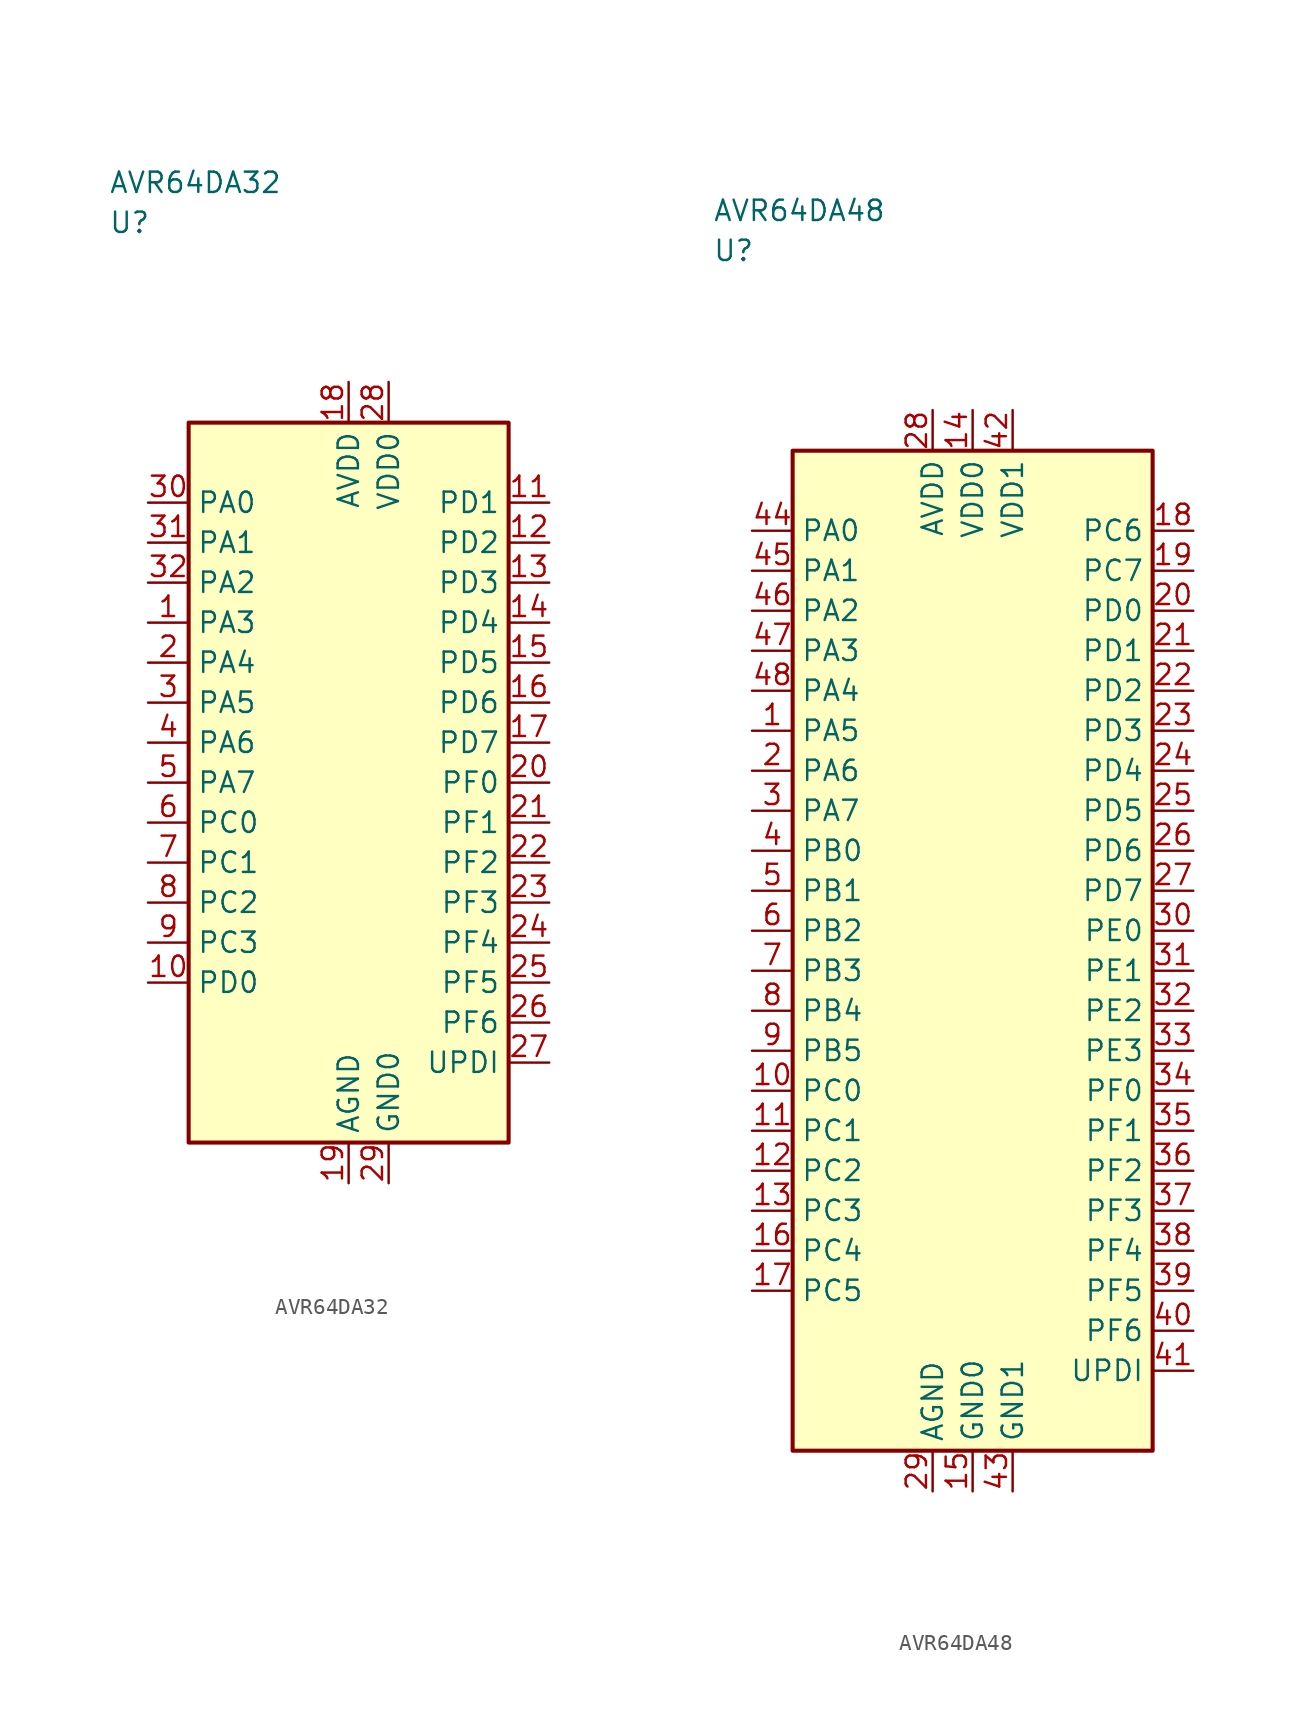
<source format=kicad_sym>
(kicad_symbol_lib
  (version 20241025)
  (generator "kicad_symbol_editor")
  (generator_version "8.0")
  (symbol "AVR64DA32"
    (property "Reference" "U"
      (at -15.0 35.0 0)
      (effects (font (size 1.27 1.27)) (justify left)))
    (property "Value" "AVR64DA32"
      (at -15.0 37.5 0)
      (effects (font (size 1.27 1.27)) (justify left)))
    (symbol "AVR64DA32_0_1"
      (rectangle (start -10.0 22.5) (end 10.0 -22.5) (stroke (width 0.254) (type default)) (fill (type background))))
    (symbol "AVR64DA32_1_1"
      (pin bidirectional line (at -12.54 10.0 0.0) (length 2.54) (name "PA3" (effects (font (size 1.27 1.27)))) (number "1" (effects (font (size 1.27 1.27)))))
      (pin bidirectional line (at -12.54 7.5 0.0) (length 2.54) (name "PA4" (effects (font (size 1.27 1.27)))) (number "2" (effects (font (size 1.27 1.27)))))
      (pin bidirectional line (at -12.54 5.0 0.0) (length 2.54) (name "PA5" (effects (font (size 1.27 1.27)))) (number "3" (effects (font (size 1.27 1.27)))))
      (pin bidirectional line (at -12.54 2.5 0.0) (length 2.54) (name "PA6" (effects (font (size 1.27 1.27)))) (number "4" (effects (font (size 1.27 1.27)))))
      (pin bidirectional line (at -12.54 0.0 0.0) (length 2.54) (name "PA7" (effects (font (size 1.27 1.27)))) (number "5" (effects (font (size 1.27 1.27)))))
      (pin bidirectional line (at -12.54 -2.5 0.0) (length 2.54) (name "PC0" (effects (font (size 1.27 1.27)))) (number "6" (effects (font (size 1.27 1.27)))))
      (pin bidirectional line (at -12.54 -5.0 0.0) (length 2.54) (name "PC1" (effects (font (size 1.27 1.27)))) (number "7" (effects (font (size 1.27 1.27)))))
      (pin bidirectional line (at -12.54 -7.5 0.0) (length 2.54) (name "PC2" (effects (font (size 1.27 1.27)))) (number "8" (effects (font (size 1.27 1.27)))))
      (pin bidirectional line (at -12.54 -10.0 0.0) (length 2.54) (name "PC3" (effects (font (size 1.27 1.27)))) (number "9" (effects (font (size 1.27 1.27)))))
      (pin bidirectional line (at -12.54 -12.5 0.0) (length 2.54) (name "PD0" (effects (font (size 1.27 1.27)))) (number "10" (effects (font (size 1.27 1.27)))))
      (pin bidirectional line (at 12.54 17.5 180.0) (length 2.54) (name "PD1" (effects (font (size 1.27 1.27)))) (number "11" (effects (font (size 1.27 1.27)))))
      (pin bidirectional line (at 12.54 15.0 180.0) (length 2.54) (name "PD2" (effects (font (size 1.27 1.27)))) (number "12" (effects (font (size 1.27 1.27)))))
      (pin bidirectional line (at 12.54 12.5 180.0) (length 2.54) (name "PD3" (effects (font (size 1.27 1.27)))) (number "13" (effects (font (size 1.27 1.27)))))
      (pin bidirectional line (at 12.54 10.0 180.0) (length 2.54) (name "PD4" (effects (font (size 1.27 1.27)))) (number "14" (effects (font (size 1.27 1.27)))))
      (pin bidirectional line (at 12.54 7.5 180.0) (length 2.54) (name "PD5" (effects (font (size 1.27 1.27)))) (number "15" (effects (font (size 1.27 1.27)))))
      (pin bidirectional line (at 12.54 5.0 180.0) (length 2.54) (name "PD6" (effects (font (size 1.27 1.27)))) (number "16" (effects (font (size 1.27 1.27)))))
      (pin bidirectional line (at 12.54 2.5 180.0) (length 2.54) (name "PD7" (effects (font (size 1.27 1.27)))) (number "17" (effects (font (size 1.27 1.27)))))
      (pin power_in line (at 0.0 25.04 270.0) (length 2.54) (name "AVDD" (effects (font (size 1.27 1.27)))) (number "18" (effects (font (size 1.27 1.27)))))
      (pin passive line (at 0.0 -25.04 90.0) (length 2.54) (name "AGND" (effects (font (size 1.27 1.27)))) (number "19" (effects (font (size 1.27 1.27)))))
      (pin bidirectional line (at 12.54 0.0 180.0) (length 2.54) (name "PF0" (effects (font (size 1.27 1.27)))) (number "20" (effects (font (size 1.27 1.27)))))
      (pin bidirectional line (at 12.54 -2.5 180.0) (length 2.54) (name "PF1" (effects (font (size 1.27 1.27)))) (number "21" (effects (font (size 1.27 1.27)))))
      (pin bidirectional line (at 12.54 -5.0 180.0) (length 2.54) (name "PF2" (effects (font (size 1.27 1.27)))) (number "22" (effects (font (size 1.27 1.27)))))
      (pin bidirectional line (at 12.54 -7.5 180.0) (length 2.54) (name "PF3" (effects (font (size 1.27 1.27)))) (number "23" (effects (font (size 1.27 1.27)))))
      (pin bidirectional line (at 12.54 -10.0 180.0) (length 2.54) (name "PF4" (effects (font (size 1.27 1.27)))) (number "24" (effects (font (size 1.27 1.27)))))
      (pin bidirectional line (at 12.54 -12.5 180.0) (length 2.54) (name "PF5" (effects (font (size 1.27 1.27)))) (number "25" (effects (font (size 1.27 1.27)))))
      (pin bidirectional line (at 12.54 -15.0 180.0) (length 2.54) (name "PF6" (effects (font (size 1.27 1.27)))) (number "26" (effects (font (size 1.27 1.27)))))
      (pin bidirectional line (at 12.54 -17.5 180.0) (length 2.54) (name "UPDI" (effects (font (size 1.27 1.27)))) (number "27" (effects (font (size 1.27 1.27)))))
      (pin power_in line (at 2.5 25.04 270.0) (length 2.54) (name "VDD0" (effects (font (size 1.27 1.27)))) (number "28" (effects (font (size 1.27 1.27)))))
      (pin passive line (at 2.5 -25.04 90.0) (length 2.54) (name "GND0" (effects (font (size 1.27 1.27)))) (number "29" (effects (font (size 1.27 1.27)))))
      (pin bidirectional line (at -12.54 17.5 0.0) (length 2.54) (name "PA0" (effects (font (size 1.27 1.27)))) (number "30" (effects (font (size 1.27 1.27)))))
      (pin bidirectional line (at -12.54 15.0 0.0) (length 2.54) (name "PA1" (effects (font (size 1.27 1.27)))) (number "31" (effects (font (size 1.27 1.27)))))
      (pin bidirectional line (at -12.54 12.5 0.0) (length 2.54) (name "PA2" (effects (font (size 1.27 1.27)))) (number "32" (effects (font (size 1.27 1.27)))))))
  (symbol "AVR64DA48"
    (property "Reference" "U"
      (at -16.25 43.75 0)
      (effects (font (size 1.27 1.27)) (justify left)))
    (property "Value" "AVR64DA48"
      (at -16.25 46.25 0)
      (effects (font (size 1.27 1.27)) (justify left)))
    (symbol "AVR64DA48_0_1"
      (rectangle (start -11.25 31.25) (end 11.25 -31.25) (stroke (width 0.254) (type default)) (fill (type background))))
    (symbol "AVR64DA48_1_1"
      (pin bidirectional line (at -13.79 13.75 0.0) (length 2.54) (name "PA5" (effects (font (size 1.27 1.27)))) (number "1" (effects (font (size 1.27 1.27)))))
      (pin bidirectional line (at -13.79 11.25 0.0) (length 2.54) (name "PA6" (effects (font (size 1.27 1.27)))) (number "2" (effects (font (size 1.27 1.27)))))
      (pin bidirectional line (at -13.79 8.75 0.0) (length 2.54) (name "PA7" (effects (font (size 1.27 1.27)))) (number "3" (effects (font (size 1.27 1.27)))))
      (pin bidirectional line (at -13.79 6.25 0.0) (length 2.54) (name "PB0" (effects (font (size 1.27 1.27)))) (number "4" (effects (font (size 1.27 1.27)))))
      (pin bidirectional line (at -13.79 3.75 0.0) (length 2.54) (name "PB1" (effects (font (size 1.27 1.27)))) (number "5" (effects (font (size 1.27 1.27)))))
      (pin bidirectional line (at -13.79 1.25 0.0) (length 2.54) (name "PB2" (effects (font (size 1.27 1.27)))) (number "6" (effects (font (size 1.27 1.27)))))
      (pin bidirectional line (at -13.79 -1.25 0.0) (length 2.54) (name "PB3" (effects (font (size 1.27 1.27)))) (number "7" (effects (font (size 1.27 1.27)))))
      (pin bidirectional line (at -13.79 -3.75 0.0) (length 2.54) (name "PB4" (effects (font (size 1.27 1.27)))) (number "8" (effects (font (size 1.27 1.27)))))
      (pin bidirectional line (at -13.79 -6.25 0.0) (length 2.54) (name "PB5" (effects (font (size 1.27 1.27)))) (number "9" (effects (font (size 1.27 1.27)))))
      (pin bidirectional line (at -13.79 -8.75 0.0) (length 2.54) (name "PC0" (effects (font (size 1.27 1.27)))) (number "10" (effects (font (size 1.27 1.27)))))
      (pin bidirectional line (at -13.79 -11.25 0.0) (length 2.54) (name "PC1" (effects (font (size 1.27 1.27)))) (number "11" (effects (font (size 1.27 1.27)))))
      (pin bidirectional line (at -13.79 -13.75 0.0) (length 2.54) (name "PC2" (effects (font (size 1.27 1.27)))) (number "12" (effects (font (size 1.27 1.27)))))
      (pin bidirectional line (at -13.79 -16.25 0.0) (length 2.54) (name "PC3" (effects (font (size 1.27 1.27)))) (number "13" (effects (font (size 1.27 1.27)))))
      (pin power_in line (at 0.0 33.79 270.0) (length 2.54) (name "VDD0" (effects (font (size 1.27 1.27)))) (number "14" (effects (font (size 1.27 1.27)))))
      (pin passive line (at 0.0 -33.79 90.0) (length 2.54) (name "GND0" (effects (font (size 1.27 1.27)))) (number "15" (effects (font (size 1.27 1.27)))))
      (pin bidirectional line (at -13.79 -18.75 0.0) (length 2.54) (name "PC4" (effects (font (size 1.27 1.27)))) (number "16" (effects (font (size 1.27 1.27)))))
      (pin bidirectional line (at -13.79 -21.25 0.0) (length 2.54) (name "PC5" (effects (font (size 1.27 1.27)))) (number "17" (effects (font (size 1.27 1.27)))))
      (pin bidirectional line (at 13.79 26.25 180.0) (length 2.54) (name "PC6" (effects (font (size 1.27 1.27)))) (number "18" (effects (font (size 1.27 1.27)))))
      (pin bidirectional line (at 13.79 23.75 180.0) (length 2.54) (name "PC7" (effects (font (size 1.27 1.27)))) (number "19" (effects (font (size 1.27 1.27)))))
      (pin bidirectional line (at 13.79 21.25 180.0) (length 2.54) (name "PD0" (effects (font (size 1.27 1.27)))) (number "20" (effects (font (size 1.27 1.27)))))
      (pin bidirectional line (at 13.79 18.75 180.0) (length 2.54) (name "PD1" (effects (font (size 1.27 1.27)))) (number "21" (effects (font (size 1.27 1.27)))))
      (pin bidirectional line (at 13.79 16.25 180.0) (length 2.54) (name "PD2" (effects (font (size 1.27 1.27)))) (number "22" (effects (font (size 1.27 1.27)))))
      (pin bidirectional line (at 13.79 13.75 180.0) (length 2.54) (name "PD3" (effects (font (size 1.27 1.27)))) (number "23" (effects (font (size 1.27 1.27)))))
      (pin bidirectional line (at 13.79 11.25 180.0) (length 2.54) (name "PD4" (effects (font (size 1.27 1.27)))) (number "24" (effects (font (size 1.27 1.27)))))
      (pin bidirectional line (at 13.79 8.75 180.0) (length 2.54) (name "PD5" (effects (font (size 1.27 1.27)))) (number "25" (effects (font (size 1.27 1.27)))))
      (pin bidirectional line (at 13.79 6.25 180.0) (length 2.54) (name "PD6" (effects (font (size 1.27 1.27)))) (number "26" (effects (font (size 1.27 1.27)))))
      (pin bidirectional line (at 13.79 3.75 180.0) (length 2.54) (name "PD7" (effects (font (size 1.27 1.27)))) (number "27" (effects (font (size 1.27 1.27)))))
      (pin power_in line (at -2.5 33.79 270.0) (length 2.54) (name "AVDD" (effects (font (size 1.27 1.27)))) (number "28" (effects (font (size 1.27 1.27)))))
      (pin passive line (at -2.5 -33.79 90.0) (length 2.54) (name "AGND" (effects (font (size 1.27 1.27)))) (number "29" (effects (font (size 1.27 1.27)))))
      (pin bidirectional line (at 13.79 1.25 180.0) (length 2.54) (name "PE0" (effects (font (size 1.27 1.27)))) (number "30" (effects (font (size 1.27 1.27)))))
      (pin bidirectional line (at 13.79 -1.25 180.0) (length 2.54) (name "PE1" (effects (font (size 1.27 1.27)))) (number "31" (effects (font (size 1.27 1.27)))))
      (pin bidirectional line (at 13.79 -3.75 180.0) (length 2.54) (name "PE2" (effects (font (size 1.27 1.27)))) (number "32" (effects (font (size 1.27 1.27)))))
      (pin bidirectional line (at 13.79 -6.25 180.0) (length 2.54) (name "PE3" (effects (font (size 1.27 1.27)))) (number "33" (effects (font (size 1.27 1.27)))))
      (pin bidirectional line (at 13.79 -8.75 180.0) (length 2.54) (name "PF0" (effects (font (size 1.27 1.27)))) (number "34" (effects (font (size 1.27 1.27)))))
      (pin bidirectional line (at 13.79 -11.25 180.0) (length 2.54) (name "PF1" (effects (font (size 1.27 1.27)))) (number "35" (effects (font (size 1.27 1.27)))))
      (pin bidirectional line (at 13.79 -13.75 180.0) (length 2.54) (name "PF2" (effects (font (size 1.27 1.27)))) (number "36" (effects (font (size 1.27 1.27)))))
      (pin bidirectional line (at 13.79 -16.25 180.0) (length 2.54) (name "PF3" (effects (font (size 1.27 1.27)))) (number "37" (effects (font (size 1.27 1.27)))))
      (pin bidirectional line (at 13.79 -18.75 180.0) (length 2.54) (name "PF4" (effects (font (size 1.27 1.27)))) (number "38" (effects (font (size 1.27 1.27)))))
      (pin bidirectional line (at 13.79 -21.25 180.0) (length 2.54) (name "PF5" (effects (font (size 1.27 1.27)))) (number "39" (effects (font (size 1.27 1.27)))))
      (pin bidirectional line (at 13.79 -23.75 180.0) (length 2.54) (name "PF6" (effects (font (size 1.27 1.27)))) (number "40" (effects (font (size 1.27 1.27)))))
      (pin bidirectional line (at 13.79 -26.25 180.0) (length 2.54) (name "UPDI" (effects (font (size 1.27 1.27)))) (number "41" (effects (font (size 1.27 1.27)))))
      (pin power_in line (at 2.5 33.79 270.0) (length 2.54) (name "VDD1" (effects (font (size 1.27 1.27)))) (number "42" (effects (font (size 1.27 1.27)))))
      (pin passive line (at 2.5 -33.79 90.0) (length 2.54) (name "GND1" (effects (font (size 1.27 1.27)))) (number "43" (effects (font (size 1.27 1.27)))))
      (pin bidirectional line (at -13.79 26.25 0.0) (length 2.54) (name "PA0" (effects (font (size 1.27 1.27)))) (number "44" (effects (font (size 1.27 1.27)))))
      (pin bidirectional line (at -13.79 23.75 0.0) (length 2.54) (name "PA1" (effects (font (size 1.27 1.27)))) (number "45" (effects (font (size 1.27 1.27)))))
      (pin bidirectional line (at -13.79 21.25 0.0) (length 2.54) (name "PA2" (effects (font (size 1.27 1.27)))) (number "46" (effects (font (size 1.27 1.27)))))
      (pin bidirectional line (at -13.79 18.75 0.0) (length 2.54) (name "PA3" (effects (font (size 1.27 1.27)))) (number "47" (effects (font (size 1.27 1.27)))))
      (pin bidirectional line (at -13.79 16.25 0.0) (length 2.54) (name "PA4" (effects (font (size 1.27 1.27)))) (number "48" (effects (font (size 1.27 1.27))))))))
</source>
